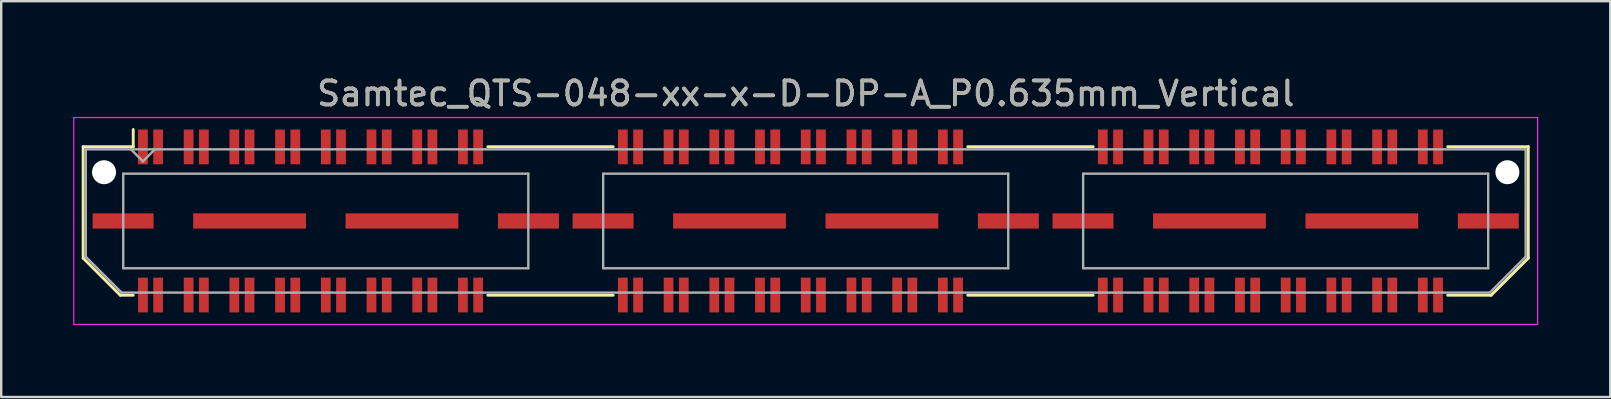
<source format=kicad_pcb>
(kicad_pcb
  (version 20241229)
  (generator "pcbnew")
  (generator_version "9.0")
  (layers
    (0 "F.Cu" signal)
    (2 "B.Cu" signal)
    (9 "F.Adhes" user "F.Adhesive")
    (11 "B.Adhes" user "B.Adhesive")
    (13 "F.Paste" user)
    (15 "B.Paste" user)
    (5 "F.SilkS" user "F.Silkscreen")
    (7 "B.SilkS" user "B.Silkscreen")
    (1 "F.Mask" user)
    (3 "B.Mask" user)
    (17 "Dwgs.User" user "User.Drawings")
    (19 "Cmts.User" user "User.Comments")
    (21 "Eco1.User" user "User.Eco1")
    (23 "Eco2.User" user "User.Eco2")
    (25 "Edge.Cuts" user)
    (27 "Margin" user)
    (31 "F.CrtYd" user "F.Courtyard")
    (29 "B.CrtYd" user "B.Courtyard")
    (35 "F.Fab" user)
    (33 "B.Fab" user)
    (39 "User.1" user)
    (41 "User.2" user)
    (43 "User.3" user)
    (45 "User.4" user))
  (footprint "Samtec_QTS-048-xx-x-D-DP-A_P0.635mm_Vertical"
    (layer "F.Cu")
    (at 30.525 6.158)
    (property "Reference" "Samtec_QTS-048-xx-x-D-DP-A_P0.635mm_Vertical" (at 0 -5.31 0) (layer "F.SilkS") (effects (font (size 1 1) (thickness 0.15))))
    (attr smd)
    (fp_line (start -30.11 -3.095) (end -30.11 1.548) (stroke (width 0.12) (type solid)) (layer "F.SilkS"))
    (fp_line (start -30.11 1.548) (end -28.562 3.095) (stroke (width 0.12) (type solid)) (layer "F.SilkS"))
    (fp_line (start -28.562 3.095) (end -28.023 3.095) (stroke (width 0.12) (type solid)) (layer "F.SilkS"))
    (fp_line (start -28.023 -3.811) (end -28.023 -3.095) (stroke (width 0.12) (type solid)) (layer "F.SilkS"))
    (fp_line (start -28.023 -3.095) (end -30.11 -3.095) (stroke (width 0.12) (type solid)) (layer "F.SilkS"))
    (fp_line (start -13.247 -3.095) (end -8.023 -3.095) (stroke (width 0.12) (type solid)) (layer "F.SilkS"))
    (fp_line (start -13.247 3.095) (end -8.023 3.095) (stroke (width 0.12) (type solid)) (layer "F.SilkS"))
    (fp_line (start 6.753 -3.095) (end 11.977 -3.095) (stroke (width 0.12) (type solid)) (layer "F.SilkS"))
    (fp_line (start 6.753 3.095) (end 11.977 3.095) (stroke (width 0.12) (type solid)) (layer "F.SilkS"))
    (fp_line (start 26.753 -3.095) (end 30.11 -3.095) (stroke (width 0.12) (type solid)) (layer "F.SilkS"))
    (fp_line (start 28.562 3.095) (end 26.753 3.095) (stroke (width 0.12) (type solid)) (layer "F.SilkS"))
    (fp_line (start 30.11 -3.095) (end 30.11 1.548) (stroke (width 0.12) (type solid)) (layer "F.SilkS"))
    (fp_line (start 30.11 1.548) (end 28.562 3.095) (stroke (width 0.12) (type solid)) (layer "F.SilkS"))
    (fp_line (start -30.5 -4.31) (end -30.5 4.31) (stroke (width 0.05) (type solid)) (layer "F.CrtYd"))
    (fp_line (start -30.5 4.31) (end 30.5 4.31) (stroke (width 0.05) (type solid)) (layer "F.CrtYd"))
    (fp_line (start 30.5 -4.31) (end -30.5 -4.31) (stroke (width 0.05) (type solid)) (layer "F.CrtYd"))
    (fp_line (start 30.5 4.31) (end 30.5 -4.31) (stroke (width 0.05) (type solid)) (layer "F.CrtYd"))
    (fp_line (start -30 -2.985) (end -30 1.492) (stroke (width 0.1) (type solid)) (layer "F.Fab"))
    (fp_line (start -30 -2.985) (end 30 -2.985) (stroke (width 0.1) (type solid)) (layer "F.Fab"))
    (fp_line (start -30 1.492) (end -28.508 2.985) (stroke (width 0.1) (type solid)) (layer "F.Fab"))
    (fp_line (start -28.508 2.985) (end 28.508 2.985) (stroke (width 0.1) (type solid)) (layer "F.Fab"))
    (fp_line (start -28.44 -1.97) (end -28.44 1.97) (stroke (width 0.1) (type solid)) (layer "F.Fab"))
    (fp_line (start -28.44 1.97) (end -11.56 1.97) (stroke (width 0.1) (type solid)) (layer "F.Fab"))
    (fp_line (start -27.62 -2.485) (end -28.12 -2.985) (stroke (width 0.1) (type solid)) (layer "F.Fab"))
    (fp_line (start -27.12 -2.985) (end -27.62 -2.485) (stroke (width 0.1) (type solid)) (layer "F.Fab"))
    (fp_line (start -11.56 -1.97) (end -28.44 -1.97) (stroke (width 0.1) (type solid)) (layer "F.Fab"))
    (fp_line (start -11.56 1.97) (end -11.56 -1.97) (stroke (width 0.1) (type solid)) (layer "F.Fab"))
    (fp_line (start -8.44 -1.97) (end -8.44 1.97) (stroke (width 0.1) (type solid)) (layer "F.Fab"))
    (fp_line (start -8.44 1.97) (end 8.44 1.97) (stroke (width 0.1) (type solid)) (layer "F.Fab"))
    (fp_line (start 8.44 -1.97) (end -8.44 -1.97) (stroke (width 0.1) (type solid)) (layer "F.Fab"))
    (fp_line (start 8.44 1.97) (end 8.44 -1.97) (stroke (width 0.1) (type solid)) (layer "F.Fab"))
    (fp_line (start 11.56 -1.97) (end 11.56 1.97) (stroke (width 0.1) (type solid)) (layer "F.Fab"))
    (fp_line (start 11.56 1.97) (end 28.44 1.97) (stroke (width 0.1) (type solid)) (layer "F.Fab"))
    (fp_line (start 28.44 -1.97) (end 11.56 -1.97) (stroke (width 0.1) (type solid)) (layer "F.Fab"))
    (fp_line (start 28.44 1.97) (end 28.44 -1.97) (stroke (width 0.1) (type solid)) (layer "F.Fab"))
    (fp_line (start 30 -2.985) (end 30 1.492) (stroke (width 0.1) (type solid)) (layer "F.Fab"))
    (fp_line (start 30 1.492) (end 28.508 2.985) (stroke (width 0.1) (type solid)) (layer "F.Fab"))
    (fp_text user "${REFERENCE}" (at 0 -5.31 0) (layer "F.Fab") (effects (font (size 1 1) (thickness 0.15))))
    (pad "" np_thru_hole circle (at -29.24 -2.032) (size 1 1) (drill 1) (layers "*.Cu" "*.Mask"))
    (pad "" np_thru_hole circle (at 29.24 -2.032) (size 1 1) (drill 1) (layers "*.Cu" "*.Mask"))
    (pad "1" smd rect (at -27.62 -3.086) (size 0.406 1.45) (layers "F.Cu" "F.Mask" "F.Paste"))
    (pad "2" smd rect (at -27.62 3.086) (size 0.406 1.45) (layers "F.Cu" "F.Mask" "F.Paste"))
    (pad "3" smd rect (at -26.985 -3.086) (size 0.406 1.45) (layers "F.Cu" "F.Mask" "F.Paste"))
    (pad "4" smd rect (at -26.985 3.086) (size 0.406 1.45) (layers "F.Cu" "F.Mask" "F.Paste"))
    (pad "5" smd rect (at -25.715 -3.086) (size 0.406 1.45) (layers "F.Cu" "F.Mask" "F.Paste"))
    (pad "6" smd rect (at -25.715 3.086) (size 0.406 1.45) (layers "F.Cu" "F.Mask" "F.Paste"))
    (pad "7" smd rect (at -25.08 -3.086) (size 0.406 1.45) (layers "F.Cu" "F.Mask" "F.Paste"))
    (pad "8" smd rect (at -25.08 3.086) (size 0.406 1.45) (layers "F.Cu" "F.Mask" "F.Paste"))
    (pad "9" smd rect (at -23.81 -3.086) (size 0.406 1.45) (layers "F.Cu" "F.Mask" "F.Paste"))
    (pad "10" smd rect (at -23.81 3.086) (size 0.406 1.45) (layers "F.Cu" "F.Mask" "F.Paste"))
    (pad "11" smd rect (at -23.175 -3.086) (size 0.406 1.45) (layers "F.Cu" "F.Mask" "F.Paste"))
    (pad "12" smd rect (at -23.175 3.086) (size 0.406 1.45) (layers "F.Cu" "F.Mask" "F.Paste"))
    (pad "13" smd rect (at -21.905 -3.086) (size 0.406 1.45) (layers "F.Cu" "F.Mask" "F.Paste"))
    (pad "14" smd rect (at -21.905 3.086) (size 0.406 1.45) (layers "F.Cu" "F.Mask" "F.Paste"))
    (pad "15" smd rect (at -21.27 -3.086) (size 0.406 1.45) (layers "F.Cu" "F.Mask" "F.Paste"))
    (pad "16" smd rect (at -21.27 3.086) (size 0.406 1.45) (layers "F.Cu" "F.Mask" "F.Paste"))
    (pad "17" smd rect (at -20 -3.086) (size 0.406 1.45) (layers "F.Cu" "F.Mask" "F.Paste"))
    (pad "18" smd rect (at -20 3.086) (size 0.406 1.45) (layers "F.Cu" "F.Mask" "F.Paste"))
    (pad "19" smd rect (at -19.365 -3.086) (size 0.406 1.45) (layers "F.Cu" "F.Mask" "F.Paste"))
    (pad "20" smd rect (at -19.365 3.086) (size 0.406 1.45) (layers "F.Cu" "F.Mask" "F.Paste"))
    (pad "21" smd rect (at -18.095 -3.086) (size 0.406 1.45) (layers "F.Cu" "F.Mask" "F.Paste"))
    (pad "22" smd rect (at -18.095 3.086) (size 0.406 1.45) (layers "F.Cu" "F.Mask" "F.Paste"))
    (pad "23" smd rect (at -17.46 -3.086) (size 0.406 1.45) (layers "F.Cu" "F.Mask" "F.Paste"))
    (pad "24" smd rect (at -17.46 3.086) (size 0.406 1.45) (layers "F.Cu" "F.Mask" "F.Paste"))
    (pad "25" smd rect (at -16.19 -3.086) (size 0.406 1.45) (layers "F.Cu" "F.Mask" "F.Paste"))
    (pad "26" smd rect (at -16.19 3.086) (size 0.406 1.45) (layers "F.Cu" "F.Mask" "F.Paste"))
    (pad "27" smd rect (at -15.555 -3.086) (size 0.406 1.45) (layers "F.Cu" "F.Mask" "F.Paste"))
    (pad "28" smd rect (at -15.555 3.086) (size 0.406 1.45) (layers "F.Cu" "F.Mask" "F.Paste"))
    (pad "29" smd rect (at -14.285 -3.086) (size 0.406 1.45) (layers "F.Cu" "F.Mask" "F.Paste"))
    (pad "30" smd rect (at -14.285 3.086) (size 0.406 1.45) (layers "F.Cu" "F.Mask" "F.Paste"))
    (pad "31" smd rect (at -13.65 -3.086) (size 0.406 1.45) (layers "F.Cu" "F.Mask" "F.Paste"))
    (pad "32" smd rect (at -13.65 3.086) (size 0.406 1.45) (layers "F.Cu" "F.Mask" "F.Paste"))
    (pad "33" smd rect (at -7.62 -3.086) (size 0.406 1.45) (layers "F.Cu" "F.Mask" "F.Paste"))
    (pad "34" smd rect (at -7.62 3.086) (size 0.406 1.45) (layers "F.Cu" "F.Mask" "F.Paste"))
    (pad "35" smd rect (at -6.985 -3.086) (size 0.406 1.45) (layers "F.Cu" "F.Mask" "F.Paste"))
    (pad "36" smd rect (at -6.985 3.086) (size 0.406 1.45) (layers "F.Cu" "F.Mask" "F.Paste"))
    (pad "37" smd rect (at -5.715 -3.086) (size 0.406 1.45) (layers "F.Cu" "F.Mask" "F.Paste"))
    (pad "38" smd rect (at -5.715 3.086) (size 0.406 1.45) (layers "F.Cu" "F.Mask" "F.Paste"))
    (pad "39" smd rect (at -5.08 -3.086) (size 0.406 1.45) (layers "F.Cu" "F.Mask" "F.Paste"))
    (pad "40" smd rect (at -5.08 3.086) (size 0.406 1.45) (layers "F.Cu" "F.Mask" "F.Paste"))
    (pad "41" smd rect (at -3.81 -3.086) (size 0.406 1.45) (layers "F.Cu" "F.Mask" "F.Paste"))
    (pad "42" smd rect (at -3.81 3.086) (size 0.406 1.45) (layers "F.Cu" "F.Mask" "F.Paste"))
    (pad "43" smd rect (at -3.175 -3.086) (size 0.406 1.45) (layers "F.Cu" "F.Mask" "F.Paste"))
    (pad "44" smd rect (at -3.175 3.086) (size 0.406 1.45) (layers "F.Cu" "F.Mask" "F.Paste"))
    (pad "45" smd rect (at -1.905 -3.086) (size 0.406 1.45) (layers "F.Cu" "F.Mask" "F.Paste"))
    (pad "46" smd rect (at -1.905 3.086) (size 0.406 1.45) (layers "F.Cu" "F.Mask" "F.Paste"))
    (pad "47" smd rect (at -1.27 -3.086) (size 0.406 1.45) (layers "F.Cu" "F.Mask" "F.Paste"))
    (pad "48" smd rect (at -1.27 3.086) (size 0.406 1.45) (layers "F.Cu" "F.Mask" "F.Paste"))
    (pad "49" smd rect (at 0 -3.086) (size 0.406 1.45) (layers "F.Cu" "F.Mask" "F.Paste"))
    (pad "50" smd rect (at 0 3.086) (size 0.406 1.45) (layers "F.Cu" "F.Mask" "F.Paste"))
    (pad "51" smd rect (at 0.635 -3.086) (size 0.406 1.45) (layers "F.Cu" "F.Mask" "F.Paste"))
    (pad "52" smd rect (at 0.635 3.086) (size 0.406 1.45) (layers "F.Cu" "F.Mask" "F.Paste"))
    (pad "53" smd rect (at 1.905 -3.086) (size 0.406 1.45) (layers "F.Cu" "F.Mask" "F.Paste"))
    (pad "54" smd rect (at 1.905 3.086) (size 0.406 1.45) (layers "F.Cu" "F.Mask" "F.Paste"))
    (pad "55" smd rect (at 2.54 -3.086) (size 0.406 1.45) (layers "F.Cu" "F.Mask" "F.Paste"))
    (pad "56" smd rect (at 2.54 3.086) (size 0.406 1.45) (layers "F.Cu" "F.Mask" "F.Paste"))
    (pad "57" smd rect (at 3.81 -3.086) (size 0.406 1.45) (layers "F.Cu" "F.Mask" "F.Paste"))
    (pad "58" smd rect (at 3.81 3.086) (size 0.406 1.45) (layers "F.Cu" "F.Mask" "F.Paste"))
    (pad "59" smd rect (at 4.445 -3.086) (size 0.406 1.45) (layers "F.Cu" "F.Mask" "F.Paste"))
    (pad "60" smd rect (at 4.445 3.086) (size 0.406 1.45) (layers "F.Cu" "F.Mask" "F.Paste"))
    (pad "61" smd rect (at 5.715 -3.086) (size 0.406 1.45) (layers "F.Cu" "F.Mask" "F.Paste"))
    (pad "62" smd rect (at 5.715 3.086) (size 0.406 1.45) (layers "F.Cu" "F.Mask" "F.Paste"))
    (pad "63" smd rect (at 6.35 -3.086) (size 0.406 1.45) (layers "F.Cu" "F.Mask" "F.Paste"))
    (pad "64" smd rect (at 6.35 3.086) (size 0.406 1.45) (layers "F.Cu" "F.Mask" "F.Paste"))
    (pad "65" smd rect (at 12.38 -3.086) (size 0.406 1.45) (layers "F.Cu" "F.Mask" "F.Paste"))
    (pad "66" smd rect (at 12.38 3.086) (size 0.406 1.45) (layers "F.Cu" "F.Mask" "F.Paste"))
    (pad "67" smd rect (at 13.015 -3.086) (size 0.406 1.45) (layers "F.Cu" "F.Mask" "F.Paste"))
    (pad "68" smd rect (at 13.015 3.086) (size 0.406 1.45) (layers "F.Cu" "F.Mask" "F.Paste"))
    (pad "69" smd rect (at 14.285 -3.086) (size 0.406 1.45) (layers "F.Cu" "F.Mask" "F.Paste"))
    (pad "70" smd rect (at 14.285 3.086) (size 0.406 1.45) (layers "F.Cu" "F.Mask" "F.Paste"))
    (pad "71" smd rect (at 14.92 -3.086) (size 0.406 1.45) (layers "F.Cu" "F.Mask" "F.Paste"))
    (pad "72" smd rect (at 14.92 3.086) (size 0.406 1.45) (layers "F.Cu" "F.Mask" "F.Paste"))
    (pad "73" smd rect (at 16.19 -3.086) (size 0.406 1.45) (layers "F.Cu" "F.Mask" "F.Paste"))
    (pad "74" smd rect (at 16.19 3.086) (size 0.406 1.45) (layers "F.Cu" "F.Mask" "F.Paste"))
    (pad "75" smd rect (at 16.825 -3.086) (size 0.406 1.45) (layers "F.Cu" "F.Mask" "F.Paste"))
    (pad "76" smd rect (at 16.825 3.086) (size 0.406 1.45) (layers "F.Cu" "F.Mask" "F.Paste"))
    (pad "77" smd rect (at 18.095 -3.086) (size 0.406 1.45) (layers "F.Cu" "F.Mask" "F.Paste"))
    (pad "78" smd rect (at 18.095 3.086) (size 0.406 1.45) (layers "F.Cu" "F.Mask" "F.Paste"))
    (pad "79" smd rect (at 18.73 -3.086) (size 0.406 1.45) (layers "F.Cu" "F.Mask" "F.Paste"))
    (pad "80" smd rect (at 18.73 3.086) (size 0.406 1.45) (layers "F.Cu" "F.Mask" "F.Paste"))
    (pad "81" smd rect (at 20 -3.086) (size 0.406 1.45) (layers "F.Cu" "F.Mask" "F.Paste"))
    (pad "82" smd rect (at 20 3.086) (size 0.406 1.45) (layers "F.Cu" "F.Mask" "F.Paste"))
    (pad "83" smd rect (at 20.635 -3.086) (size 0.406 1.45) (layers "F.Cu" "F.Mask" "F.Paste"))
    (pad "84" smd rect (at 20.635 3.086) (size 0.406 1.45) (layers "F.Cu" "F.Mask" "F.Paste"))
    (pad "85" smd rect (at 21.905 -3.086) (size 0.406 1.45) (layers "F.Cu" "F.Mask" "F.Paste"))
    (pad "86" smd rect (at 21.905 3.086) (size 0.406 1.45) (layers "F.Cu" "F.Mask" "F.Paste"))
    (pad "87" smd rect (at 22.54 -3.086) (size 0.406 1.45) (layers "F.Cu" "F.Mask" "F.Paste"))
    (pad "88" smd rect (at 22.54 3.086) (size 0.406 1.45) (layers "F.Cu" "F.Mask" "F.Paste"))
    (pad "89" smd rect (at 23.81 -3.086) (size 0.406 1.45) (layers "F.Cu" "F.Mask" "F.Paste"))
    (pad "90" smd rect (at 23.81 3.086) (size 0.406 1.45) (layers "F.Cu" "F.Mask" "F.Paste"))
    (pad "91" smd rect (at 24.445 -3.086) (size 0.406 1.45) (layers "F.Cu" "F.Mask" "F.Paste"))
    (pad "92" smd rect (at 24.445 3.086) (size 0.406 1.45) (layers "F.Cu" "F.Mask" "F.Paste"))
    (pad "93" smd rect (at 25.715 -3.086) (size 0.406 1.45) (layers "F.Cu" "F.Mask" "F.Paste"))
    (pad "94" smd rect (at 25.715 3.086) (size 0.406 1.45) (layers "F.Cu" "F.Mask" "F.Paste"))
    (pad "95" smd rect (at 26.35 -3.086) (size 0.406 1.45) (layers "F.Cu" "F.Mask" "F.Paste"))
    (pad "96" smd rect (at 26.35 3.086) (size 0.406 1.45) (layers "F.Cu" "F.Mask" "F.Paste"))
    (pad "P1" smd rect (at -28.445 0) (size 2.54 0.635) (layers "F.Cu" "F.Mask" "F.Paste"))
    (pad "P1" smd rect (at -23.175 0) (size 4.7 0.635) (layers "F.Cu" "F.Mask" "F.Paste"))
    (pad "P1" smd rect (at -16.825 0) (size 4.7 0.635) (layers "F.Cu" "F.Mask" "F.Paste"))
    (pad "P1" smd rect (at -11.555 0) (size 2.54 0.635) (layers "F.Cu" "F.Mask" "F.Paste"))
    (pad "P2" smd rect (at -8.445 0) (size 2.54 0.635) (layers "F.Cu" "F.Mask" "F.Paste"))
    (pad "P2" smd rect (at -3.175 0) (size 4.7 0.635) (layers "F.Cu" "F.Mask" "F.Paste"))
    (pad "P2" smd rect (at 3.175 0) (size 4.7 0.635) (layers "F.Cu" "F.Mask" "F.Paste"))
    (pad "P2" smd rect (at 8.445 0) (size 2.54 0.635) (layers "F.Cu" "F.Mask" "F.Paste"))
    (pad "P3" smd rect (at 11.555 0) (size 2.54 0.635) (layers "F.Cu" "F.Mask" "F.Paste"))
    (pad "P3" smd rect (at 16.825 0) (size 4.7 0.635) (layers "F.Cu" "F.Mask" "F.Paste"))
    (pad "P3" smd rect (at 23.175 0) (size 4.7 0.635) (layers "F.Cu" "F.Mask" "F.Paste"))
    (pad "P3" smd rect (at 28.445 0) (size 2.54 0.635) (layers "F.Cu" "F.Mask" "F.Paste")))
  (gr_rect
    (start -3 -3)
    (end 64.05 13.493)
    (stroke (width 0.1) (type default))
    (fill no)
    (layer "Edge.Cuts")))
</source>
